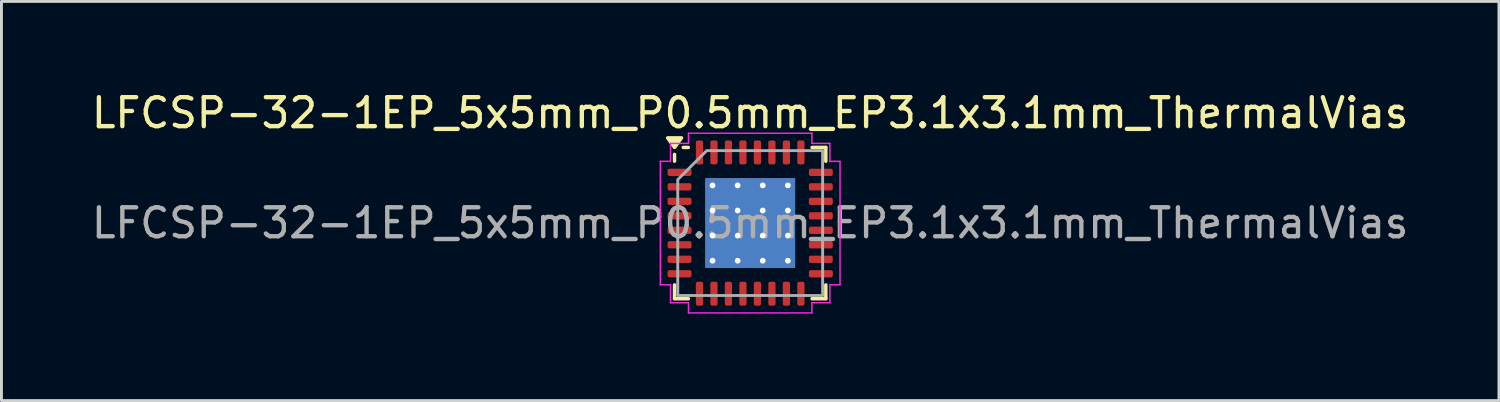
<source format=kicad_pcb>
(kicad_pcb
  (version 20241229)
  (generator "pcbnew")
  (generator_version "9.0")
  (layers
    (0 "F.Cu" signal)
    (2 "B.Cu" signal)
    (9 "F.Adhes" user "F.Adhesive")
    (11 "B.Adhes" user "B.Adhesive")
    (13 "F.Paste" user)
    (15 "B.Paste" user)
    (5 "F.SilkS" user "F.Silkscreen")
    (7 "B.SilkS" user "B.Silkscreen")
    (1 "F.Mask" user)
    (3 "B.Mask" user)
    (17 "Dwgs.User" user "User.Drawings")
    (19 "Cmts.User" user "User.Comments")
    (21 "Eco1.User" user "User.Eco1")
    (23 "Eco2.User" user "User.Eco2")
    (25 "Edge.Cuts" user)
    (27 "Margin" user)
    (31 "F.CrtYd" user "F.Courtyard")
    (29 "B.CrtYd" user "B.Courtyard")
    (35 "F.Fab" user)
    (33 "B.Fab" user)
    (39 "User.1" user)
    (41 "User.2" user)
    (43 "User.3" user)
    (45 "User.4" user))
  (footprint "LFCSP-32-1EP_5x5mm_P0.5mm_EP3.1x3.1mm_ThermalVias"
    (layer "F.Cu")
    (at 22.839 4.648)
    (property "Reference" "LFCSP-32-1EP_5x5mm_P0.5mm_EP3.1x3.1mm_ThermalVias" (at 0 -3.8 0) (layer "F.SilkS") (effects (font (size 1 1) (thickness 0.15))))
    (attr smd)
    (fp_line (start -2.61 -2.135) (end -2.61 -2.37) (stroke (width 0.12) (type solid)) (layer "F.SilkS"))
    (fp_line (start -2.61 2.61) (end -2.61 2.135) (stroke (width 0.12) (type solid)) (layer "F.SilkS"))
    (fp_line (start -2.135 -2.61) (end -2.31 -2.61) (stroke (width 0.12) (type solid)) (layer "F.SilkS"))
    (fp_line (start -2.135 2.61) (end -2.61 2.61) (stroke (width 0.12) (type solid)) (layer "F.SilkS"))
    (fp_line (start 2.135 -2.61) (end 2.61 -2.61) (stroke (width 0.12) (type solid)) (layer "F.SilkS"))
    (fp_line (start 2.135 2.61) (end 2.61 2.61) (stroke (width 0.12) (type solid)) (layer "F.SilkS"))
    (fp_line (start 2.61 -2.61) (end 2.61 -2.135) (stroke (width 0.12) (type solid)) (layer "F.SilkS"))
    (fp_line (start 2.61 2.61) (end 2.61 2.135) (stroke (width 0.12) (type solid)) (layer "F.SilkS"))
    (fp_poly (pts (xy -2.61 -2.61) (xy -2.85 -2.94) (xy -2.37 -2.94)) (stroke (width 0.12) (type solid)) (fill yes) (layer "F.SilkS"))
    (fp_line (start -3.1 -2.13) (end -2.75 -2.13) (stroke (width 0.05) (type solid)) (layer "F.CrtYd"))
    (fp_line (start -3.1 2.13) (end -3.1 -2.13) (stroke (width 0.05) (type solid)) (layer "F.CrtYd"))
    (fp_line (start -2.75 -2.75) (end -2.13 -2.75) (stroke (width 0.05) (type solid)) (layer "F.CrtYd"))
    (fp_line (start -2.75 -2.13) (end -2.75 -2.75) (stroke (width 0.05) (type solid)) (layer "F.CrtYd"))
    (fp_line (start -2.75 2.13) (end -3.1 2.13) (stroke (width 0.05) (type solid)) (layer "F.CrtYd"))
    (fp_line (start -2.75 2.75) (end -2.75 2.13) (stroke (width 0.05) (type solid)) (layer "F.CrtYd"))
    (fp_line (start -2.13 -3.1) (end 2.13 -3.1) (stroke (width 0.05) (type solid)) (layer "F.CrtYd"))
    (fp_line (start -2.13 -2.75) (end -2.13 -3.1) (stroke (width 0.05) (type solid)) (layer "F.CrtYd"))
    (fp_line (start -2.13 2.75) (end -2.75 2.75) (stroke (width 0.05) (type solid)) (layer "F.CrtYd"))
    (fp_line (start -2.13 3.1) (end -2.13 2.75) (stroke (width 0.05) (type solid)) (layer "F.CrtYd"))
    (fp_line (start 2.13 -3.1) (end 2.13 -2.75) (stroke (width 0.05) (type solid)) (layer "F.CrtYd"))
    (fp_line (start 2.13 -2.75) (end 2.75 -2.75) (stroke (width 0.05) (type solid)) (layer "F.CrtYd"))
    (fp_line (start 2.13 2.75) (end 2.13 3.1) (stroke (width 0.05) (type solid)) (layer "F.CrtYd"))
    (fp_line (start 2.13 3.1) (end -2.13 3.1) (stroke (width 0.05) (type solid)) (layer "F.CrtYd"))
    (fp_line (start 2.75 -2.75) (end 2.75 -2.13) (stroke (width 0.05) (type solid)) (layer "F.CrtYd"))
    (fp_line (start 2.75 -2.13) (end 3.1 -2.13) (stroke (width 0.05) (type solid)) (layer "F.CrtYd"))
    (fp_line (start 2.75 2.13) (end 2.75 2.75) (stroke (width 0.05) (type solid)) (layer "F.CrtYd"))
    (fp_line (start 2.75 2.75) (end 2.13 2.75) (stroke (width 0.05) (type solid)) (layer "F.CrtYd"))
    (fp_line (start 3.1 -2.13) (end 3.1 2.13) (stroke (width 0.05) (type solid)) (layer "F.CrtYd"))
    (fp_line (start 3.1 2.13) (end 2.75 2.13) (stroke (width 0.05) (type solid)) (layer "F.CrtYd"))
    (fp_poly (pts (xy -2.5 -1.5) (xy -2.5 2.5) (xy 2.5 2.5) (xy 2.5 -2.5) (xy -1.5 -2.5)) (stroke (width 0.1) (type solid)) (fill no) (layer "F.Fab"))
    (fp_text user "${REFERENCE}" (at 0 0 0) (layer "F.Fab") (effects (font (size 1 1) (thickness 0.15))))
    (pad "" smd roundrect (at -1.03 -1.03) (size 0.83 0.83) (layers "F.Paste") (roundrect_rratio 0.25))
    (pad "" smd roundrect (at -1.03 0) (size 0.83 0.83) (layers "F.Paste") (roundrect_rratio 0.25))
    (pad "" smd roundrect (at -1.03 1.03) (size 0.83 0.83) (layers "F.Paste") (roundrect_rratio 0.25))
    (pad "" smd roundrect (at 0 -1.03) (size 0.83 0.83) (layers "F.Paste") (roundrect_rratio 0.25))
    (pad "" smd roundrect (at 0 0) (size 0.83 0.83) (layers "F.Paste") (roundrect_rratio 0.25))
    (pad "" smd roundrect (at 0 1.03) (size 0.83 0.83) (layers "F.Paste") (roundrect_rratio 0.25))
    (pad "" smd roundrect (at 1.03 -1.03) (size 0.83 0.83) (layers "F.Paste") (roundrect_rratio 0.25))
    (pad "" smd roundrect (at 1.03 0) (size 0.83 0.83) (layers "F.Paste") (roundrect_rratio 0.25))
    (pad "" smd roundrect (at 1.03 1.03) (size 0.83 0.83) (layers "F.Paste") (roundrect_rratio 0.25))
    (pad "1" smd roundrect (at -2.438 -1.75) (size 0.825 0.25) (layers "F.Cu" "F.Mask" "F.Paste") (roundrect_rratio 0.25))
    (pad "2" smd roundrect (at -2.438 -1.25) (size 0.825 0.25) (layers "F.Cu" "F.Mask" "F.Paste") (roundrect_rratio 0.25))
    (pad "3" smd roundrect (at -2.438 -0.75) (size 0.825 0.25) (layers "F.Cu" "F.Mask" "F.Paste") (roundrect_rratio 0.25))
    (pad "4" smd roundrect (at -2.438 -0.25) (size 0.825 0.25) (layers "F.Cu" "F.Mask" "F.Paste") (roundrect_rratio 0.25))
    (pad "5" smd roundrect (at -2.438 0.25) (size 0.825 0.25) (layers "F.Cu" "F.Mask" "F.Paste") (roundrect_rratio 0.25))
    (pad "6" smd roundrect (at -2.438 0.75) (size 0.825 0.25) (layers "F.Cu" "F.Mask" "F.Paste") (roundrect_rratio 0.25))
    (pad "7" smd roundrect (at -2.438 1.25) (size 0.825 0.25) (layers "F.Cu" "F.Mask" "F.Paste") (roundrect_rratio 0.25))
    (pad "8" smd roundrect (at -2.438 1.75) (size 0.825 0.25) (layers "F.Cu" "F.Mask" "F.Paste") (roundrect_rratio 0.25))
    (pad "9" smd roundrect (at -1.75 2.438) (size 0.25 0.825) (layers "F.Cu" "F.Mask" "F.Paste") (roundrect_rratio 0.25))
    (pad "10" smd roundrect (at -1.25 2.438) (size 0.25 0.825) (layers "F.Cu" "F.Mask" "F.Paste") (roundrect_rratio 0.25))
    (pad "11" smd roundrect (at -0.75 2.438) (size 0.25 0.825) (layers "F.Cu" "F.Mask" "F.Paste") (roundrect_rratio 0.25))
    (pad "12" smd roundrect (at -0.25 2.438) (size 0.25 0.825) (layers "F.Cu" "F.Mask" "F.Paste") (roundrect_rratio 0.25))
    (pad "13" smd roundrect (at 0.25 2.438) (size 0.25 0.825) (layers "F.Cu" "F.Mask" "F.Paste") (roundrect_rratio 0.25))
    (pad "14" smd roundrect (at 0.75 2.438) (size 0.25 0.825) (layers "F.Cu" "F.Mask" "F.Paste") (roundrect_rratio 0.25))
    (pad "15" smd roundrect (at 1.25 2.438) (size 0.25 0.825) (layers "F.Cu" "F.Mask" "F.Paste") (roundrect_rratio 0.25))
    (pad "16" smd roundrect (at 1.75 2.438) (size 0.25 0.825) (layers "F.Cu" "F.Mask" "F.Paste") (roundrect_rratio 0.25))
    (pad "17" smd roundrect (at 2.438 1.75) (size 0.825 0.25) (layers "F.Cu" "F.Mask" "F.Paste") (roundrect_rratio 0.25))
    (pad "18" smd roundrect (at 2.438 1.25) (size 0.825 0.25) (layers "F.Cu" "F.Mask" "F.Paste") (roundrect_rratio 0.25))
    (pad "19" smd roundrect (at 2.438 0.75) (size 0.825 0.25) (layers "F.Cu" "F.Mask" "F.Paste") (roundrect_rratio 0.25))
    (pad "20" smd roundrect (at 2.438 0.25) (size 0.825 0.25) (layers "F.Cu" "F.Mask" "F.Paste") (roundrect_rratio 0.25))
    (pad "21" smd roundrect (at 2.438 -0.25) (size 0.825 0.25) (layers "F.Cu" "F.Mask" "F.Paste") (roundrect_rratio 0.25))
    (pad "22" smd roundrect (at 2.438 -0.75) (size 0.825 0.25) (layers "F.Cu" "F.Mask" "F.Paste") (roundrect_rratio 0.25))
    (pad "23" smd roundrect (at 2.438 -1.25) (size 0.825 0.25) (layers "F.Cu" "F.Mask" "F.Paste") (roundrect_rratio 0.25))
    (pad "24" smd roundrect (at 2.438 -1.75) (size 0.825 0.25) (layers "F.Cu" "F.Mask" "F.Paste") (roundrect_rratio 0.25))
    (pad "25" smd roundrect (at 1.75 -2.438) (size 0.25 0.825) (layers "F.Cu" "F.Mask" "F.Paste") (roundrect_rratio 0.25))
    (pad "26" smd roundrect (at 1.25 -2.438) (size 0.25 0.825) (layers "F.Cu" "F.Mask" "F.Paste") (roundrect_rratio 0.25))
    (pad "27" smd roundrect (at 0.75 -2.438) (size 0.25 0.825) (layers "F.Cu" "F.Mask" "F.Paste") (roundrect_rratio 0.25))
    (pad "28" smd roundrect (at 0.25 -2.438) (size 0.25 0.825) (layers "F.Cu" "F.Mask" "F.Paste") (roundrect_rratio 0.25))
    (pad "29" smd roundrect (at -0.25 -2.438) (size 0.25 0.825) (layers "F.Cu" "F.Mask" "F.Paste") (roundrect_rratio 0.25))
    (pad "30" smd roundrect (at -0.75 -2.438) (size 0.25 0.825) (layers "F.Cu" "F.Mask" "F.Paste") (roundrect_rratio 0.25))
    (pad "31" smd roundrect (at -1.25 -2.438) (size 0.25 0.825) (layers "F.Cu" "F.Mask" "F.Paste") (roundrect_rratio 0.25))
    (pad "32" smd roundrect (at -1.75 -2.438) (size 0.25 0.825) (layers "F.Cu" "F.Mask" "F.Paste") (roundrect_rratio 0.25))
    (pad "33" thru_hole circle (at -1.3 -1.3) (size 0.5 0.5) (drill 0.2) (property pad_prop_heatsink) (layers "*.Cu"))
    (pad "33" thru_hole circle (at -1.3 -0.433) (size 0.5 0.5) (drill 0.2) (property pad_prop_heatsink) (layers "*.Cu"))
    (pad "33" thru_hole circle (at -1.3 0.433) (size 0.5 0.5) (drill 0.2) (property pad_prop_heatsink) (layers "*.Cu"))
    (pad "33" thru_hole circle (at -1.3 1.3) (size 0.5 0.5) (drill 0.2) (property pad_prop_heatsink) (layers "*.Cu"))
    (pad "33" thru_hole circle (at -0.433 -1.3) (size 0.5 0.5) (drill 0.2) (property pad_prop_heatsink) (layers "*.Cu"))
    (pad "33" thru_hole circle (at -0.433 -0.433) (size 0.5 0.5) (drill 0.2) (property pad_prop_heatsink) (layers "*.Cu"))
    (pad "33" thru_hole circle (at -0.433 0.433) (size 0.5 0.5) (drill 0.2) (property pad_prop_heatsink) (layers "*.Cu"))
    (pad "33" thru_hole circle (at -0.433 1.3) (size 0.5 0.5) (drill 0.2) (property pad_prop_heatsink) (layers "*.Cu"))
    (pad "33" smd rect (at 0 0) (size 3.1 3.1) (property pad_prop_heatsink) (layers "F.Cu" "F.Mask"))
    (pad "33" smd rect (at 0 0) (size 3.1 3.1) (property pad_prop_heatsink) (layers "B.Cu"))
    (pad "33" thru_hole circle (at 0.433 -1.3) (size 0.5 0.5) (drill 0.2) (property pad_prop_heatsink) (layers "*.Cu"))
    (pad "33" thru_hole circle (at 0.433 -0.433) (size 0.5 0.5) (drill 0.2) (property pad_prop_heatsink) (layers "*.Cu"))
    (pad "33" thru_hole circle (at 0.433 0.433) (size 0.5 0.5) (drill 0.2) (property pad_prop_heatsink) (layers "*.Cu"))
    (pad "33" thru_hole circle (at 0.433 1.3) (size 0.5 0.5) (drill 0.2) (property pad_prop_heatsink) (layers "*.Cu"))
    (pad "33" thru_hole circle (at 1.3 -1.3) (size 0.5 0.5) (drill 0.2) (property pad_prop_heatsink) (layers "*.Cu"))
    (pad "33" thru_hole circle (at 1.3 -0.433) (size 0.5 0.5) (drill 0.2) (property pad_prop_heatsink) (layers "*.Cu"))
    (pad "33" thru_hole circle (at 1.3 0.433) (size 0.5 0.5) (drill 0.2) (property pad_prop_heatsink) (layers "*.Cu"))
    (pad "33" thru_hole circle (at 1.3 1.3) (size 0.5 0.5) (drill 0.2) (property pad_prop_heatsink) (layers "*.Cu")))
  (gr_rect
    (start -3 -3)
    (end 48.679 10.773)
    (stroke (width 0.1) (type default))
    (fill no)
    (layer "Edge.Cuts")))
</source>
